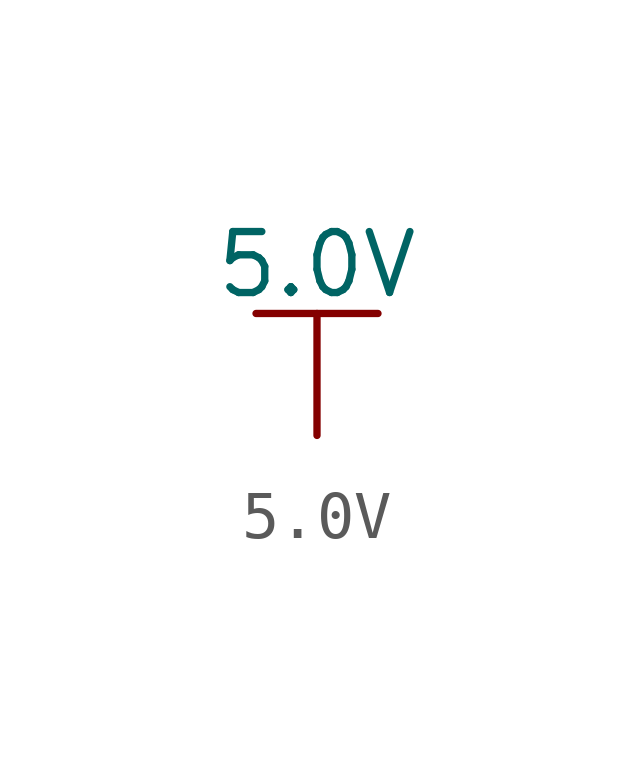
<source format=kicad_sym>
(kicad_symbol_lib
  (version 20211014)
  (generator kicad_symbol_editor)
  (symbol "5.0V"
    (power)
    (pin_names
      (offset 0))
    (property "Reference" "#PWR"
      (at 0 -3.81 0)
      (effects (font (size 1.27 1.27)) hide))
    (property "Value" "5.0V"
      (at 0 3.556 0)
      (effects (font (size 1.27 1.27))))
    (symbol "5.0V_0_1"
      (polyline (pts (xy 0 0) (xy 0 2.54)) (stroke (width 0) (type default) (color 0 0 0 0)) (fill (type none)))
      (polyline (pts (xy 1.27 2.54) (xy -1.27 2.54)) (stroke (width 0) (type default) (color 0 0 0 0)) (fill (type none))))
    (symbol "5.0V_1_1"
      (pin power_in line (at 0 0 90) (length 0) hide (name "+5V" (effects (font (size 1.27 1.27)))) (number "1" (effects (font (size 1.27 1.27))))))))
</source>
